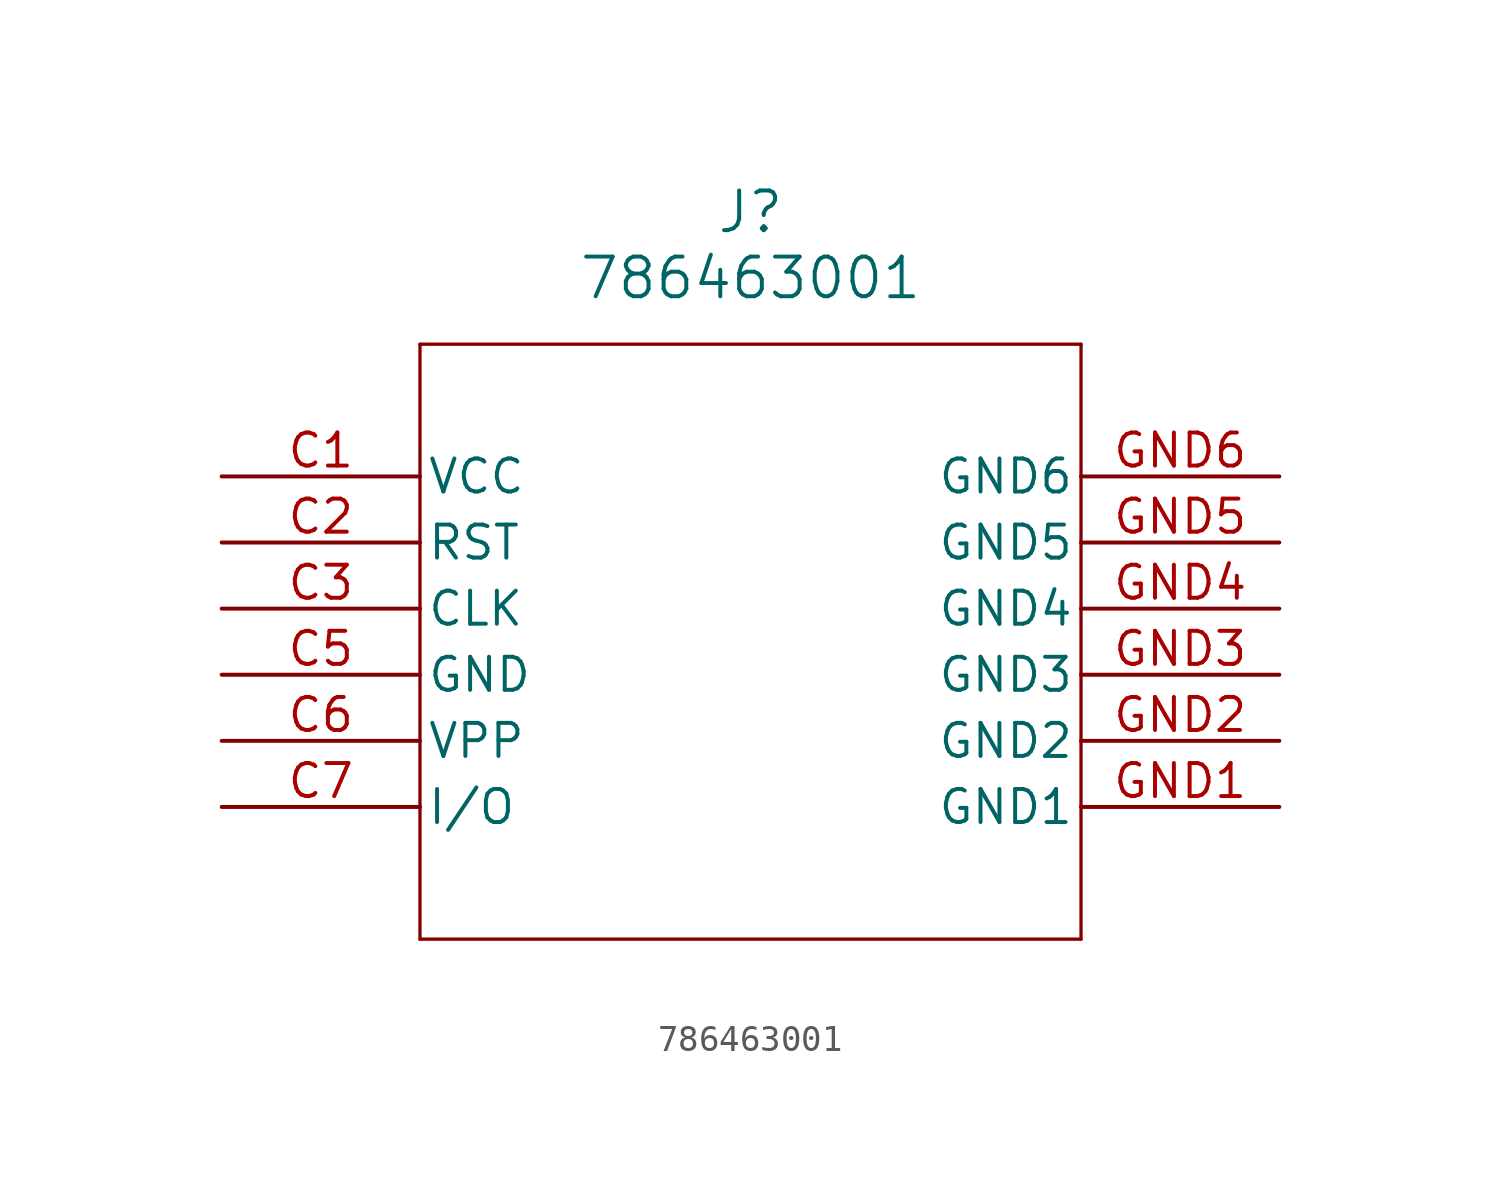
<source format=kicad_sym>
(kicad_symbol_lib
  (version 20211014)
  (generator kicad_symbol_editor)
  (symbol "786463001"
    (pin_names
      (offset 0.254))
    (property "Reference" "J"
      (at 20.32 10.16 0)
      (effects (font (size 1.524 1.524))))
    (property "Value" "786463001"
      (at 20.32 7.62 0)
      (effects (font (size 1.524 1.524))))
    (symbol "786463001_0_1"
      (polyline (pts (xy 7.62 5.08) (xy 7.62 -17.78)) (stroke (width 0.127) (type default) (color 0 0 0 0)) (fill (type none)))
      (polyline (pts (xy 7.62 -17.78) (xy 33.02 -17.78)) (stroke (width 0.127) (type default) (color 0 0 0 0)) (fill (type none)))
      (polyline (pts (xy 33.02 -17.78) (xy 33.02 5.08)) (stroke (width 0.127) (type default) (color 0 0 0 0)) (fill (type none)))
      (polyline (pts (xy 33.02 5.08) (xy 7.62 5.08)) (stroke (width 0.127) (type default) (color 0 0 0 0)) (fill (type none)))
      (pin power_in line (at 0 0 0) (length 7.62) (name "VCC" (effects (font (size 1.27 1.27)))) (number "C1" (effects (font (size 1.27 1.27)))))
      (pin input line (at 0 -2.54 0) (length 7.62) (name "RST" (effects (font (size 1.27 1.27)))) (number "C2" (effects (font (size 1.27 1.27)))))
      (pin unspecified line (at 0 -5.08 0) (length 7.62) (name "CLK" (effects (font (size 1.27 1.27)))) (number "C3" (effects (font (size 1.27 1.27)))))
      (pin power_out line (at 0 -7.62 0) (length 7.62) (name "GND" (effects (font (size 1.27 1.27)))) (number "C5" (effects (font (size 1.27 1.27)))))
      (pin power_in line (at 0 -10.16 0) (length 7.62) (name "VPP" (effects (font (size 1.27 1.27)))) (number "C6" (effects (font (size 1.27 1.27)))))
      (pin bidirectional line (at 0 -12.7 0) (length 7.62) (name "I/O" (effects (font (size 1.27 1.27)))) (number "C7" (effects (font (size 1.27 1.27)))))
      (pin power_out line (at 40.64 -12.7 180) (length 7.62) (name "GND1" (effects (font (size 1.27 1.27)))) (number "GND1" (effects (font (size 1.27 1.27)))))
      (pin power_out line (at 40.64 -10.16 180) (length 7.62) (name "GND2" (effects (font (size 1.27 1.27)))) (number "GND2" (effects (font (size 1.27 1.27)))))
      (pin power_out line (at 40.64 -7.62 180) (length 7.62) (name "GND3" (effects (font (size 1.27 1.27)))) (number "GND3" (effects (font (size 1.27 1.27)))))
      (pin power_out line (at 40.64 -5.08 180) (length 7.62) (name "GND4" (effects (font (size 1.27 1.27)))) (number "GND4" (effects (font (size 1.27 1.27)))))
      (pin power_out line (at 40.64 -2.54 180) (length 7.62) (name "GND5" (effects (font (size 1.27 1.27)))) (number "GND5" (effects (font (size 1.27 1.27)))))
      (pin power_out line (at 40.64 0 180) (length 7.62) (name "GND6" (effects (font (size 1.27 1.27)))) (number "GND6" (effects (font (size 1.27 1.27))))))))
</source>
